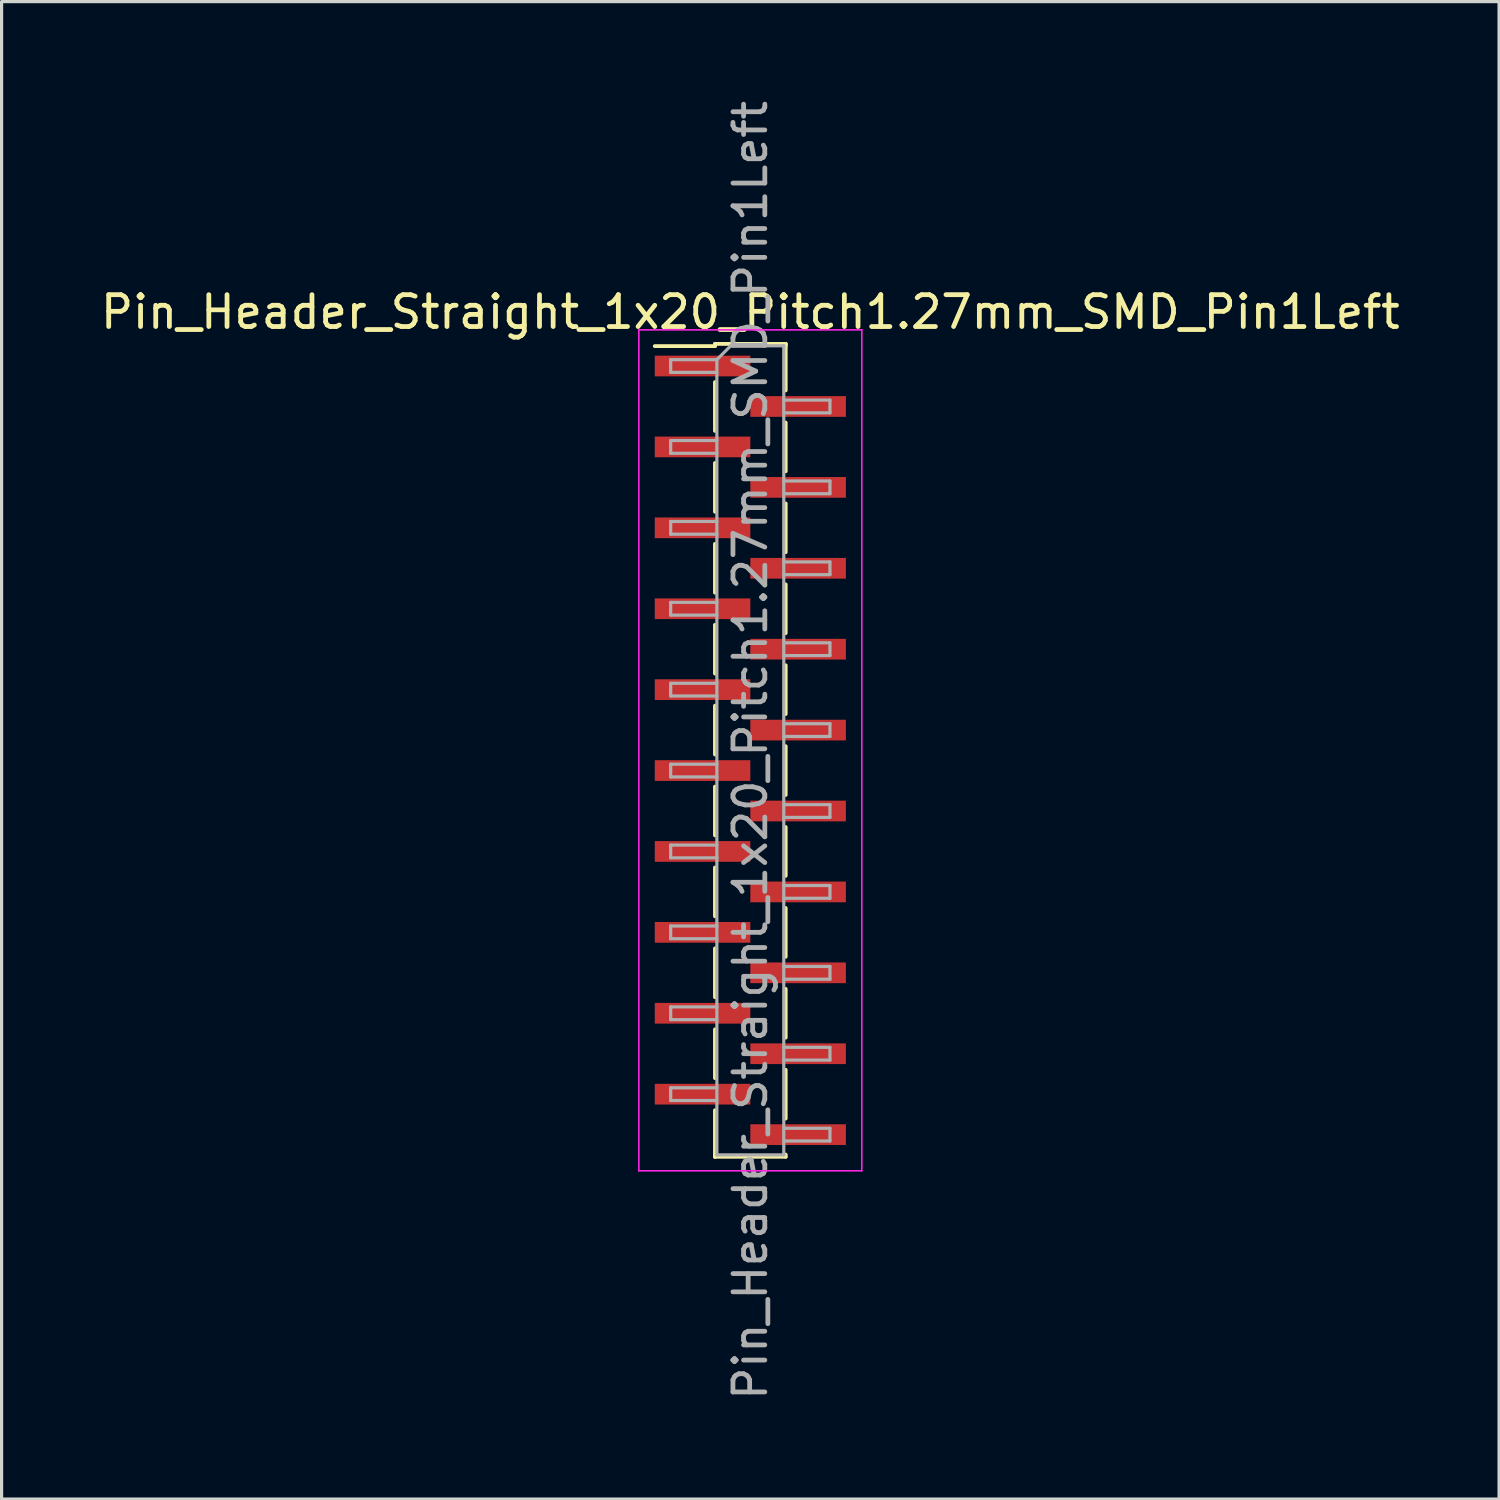
<source format=kicad_pcb>
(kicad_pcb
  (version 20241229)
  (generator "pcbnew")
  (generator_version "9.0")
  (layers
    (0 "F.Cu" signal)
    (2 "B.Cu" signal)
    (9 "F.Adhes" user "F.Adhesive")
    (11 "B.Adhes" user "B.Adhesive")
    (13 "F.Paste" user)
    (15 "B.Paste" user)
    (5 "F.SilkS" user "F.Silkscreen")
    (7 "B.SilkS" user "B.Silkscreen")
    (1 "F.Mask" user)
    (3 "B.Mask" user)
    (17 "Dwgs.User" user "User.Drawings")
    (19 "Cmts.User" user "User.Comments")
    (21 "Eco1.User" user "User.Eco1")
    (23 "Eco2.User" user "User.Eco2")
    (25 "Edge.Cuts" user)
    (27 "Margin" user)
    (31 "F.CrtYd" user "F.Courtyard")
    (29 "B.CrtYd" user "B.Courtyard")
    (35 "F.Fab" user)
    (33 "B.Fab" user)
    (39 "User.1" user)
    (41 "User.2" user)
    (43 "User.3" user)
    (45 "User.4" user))
  (footprint "Pin_Header_Straight_1x20_Pitch1.27mm_SMD_Pin1Left"
    (layer "F.Cu")
    (at 20.506 20.506)
    (property "Reference" "Pin_Header_Straight_1x20_Pitch1.27mm_SMD_Pin1Left" (at 0 -13.76 0) (layer "F.SilkS") (effects (font (size 1 1) (thickness 0.15))))
    (attr smd)
    (fp_line (start -1.11 -12.76) (end 1.11 -12.76) (stroke (width 0.12) (type solid)) (layer "F.SilkS"))
    (fp_line (start -1.11 -12.69) (end -3 -12.69) (stroke (width 0.12) (type solid)) (layer "F.SilkS"))
    (fp_line (start -1.11 -12.69) (end -1.11 -12.76) (stroke (width 0.12) (type solid)) (layer "F.SilkS"))
    (fp_line (start -1.11 -11.56) (end -1.11 -10.03) (stroke (width 0.12) (type solid)) (layer "F.SilkS"))
    (fp_line (start -1.11 -9.02) (end -1.11 -7.49) (stroke (width 0.12) (type solid)) (layer "F.SilkS"))
    (fp_line (start -1.11 -6.48) (end -1.11 -4.95) (stroke (width 0.12) (type solid)) (layer "F.SilkS"))
    (fp_line (start -1.11 -3.94) (end -1.11 -2.41) (stroke (width 0.12) (type solid)) (layer "F.SilkS"))
    (fp_line (start -1.11 -1.4) (end -1.11 0.13) (stroke (width 0.12) (type solid)) (layer "F.SilkS"))
    (fp_line (start -1.11 1.14) (end -1.11 2.67) (stroke (width 0.12) (type solid)) (layer "F.SilkS"))
    (fp_line (start -1.11 3.68) (end -1.11 5.21) (stroke (width 0.12) (type solid)) (layer "F.SilkS"))
    (fp_line (start -1.11 6.22) (end -1.11 7.75) (stroke (width 0.12) (type solid)) (layer "F.SilkS"))
    (fp_line (start -1.11 8.76) (end -1.11 10.29) (stroke (width 0.12) (type solid)) (layer "F.SilkS"))
    (fp_line (start -1.11 11.3) (end -1.11 12.76) (stroke (width 0.12) (type solid)) (layer "F.SilkS"))
    (fp_line (start -1.11 12.69) (end -1.11 12.76) (stroke (width 0.12) (type solid)) (layer "F.SilkS"))
    (fp_line (start -1.11 12.76) (end 1.11 12.76) (stroke (width 0.12) (type solid)) (layer "F.SilkS"))
    (fp_line (start 1.11 -12.76) (end 1.11 -12.69) (stroke (width 0.12) (type solid)) (layer "F.SilkS"))
    (fp_line (start 1.11 -12.76) (end 1.11 -11.3) (stroke (width 0.12) (type solid)) (layer "F.SilkS"))
    (fp_line (start 1.11 -10.29) (end 1.11 -8.76) (stroke (width 0.12) (type solid)) (layer "F.SilkS"))
    (fp_line (start 1.11 -7.75) (end 1.11 -6.22) (stroke (width 0.12) (type solid)) (layer "F.SilkS"))
    (fp_line (start 1.11 -5.21) (end 1.11 -3.68) (stroke (width 0.12) (type solid)) (layer "F.SilkS"))
    (fp_line (start 1.11 -2.67) (end 1.11 -1.14) (stroke (width 0.12) (type solid)) (layer "F.SilkS"))
    (fp_line (start 1.11 -0.13) (end 1.11 1.4) (stroke (width 0.12) (type solid)) (layer "F.SilkS"))
    (fp_line (start 1.11 2.41) (end 1.11 3.94) (stroke (width 0.12) (type solid)) (layer "F.SilkS"))
    (fp_line (start 1.11 4.95) (end 1.11 6.48) (stroke (width 0.12) (type solid)) (layer "F.SilkS"))
    (fp_line (start 1.11 7.49) (end 1.11 9.02) (stroke (width 0.12) (type solid)) (layer "F.SilkS"))
    (fp_line (start 1.11 10.03) (end 1.11 11.56) (stroke (width 0.12) (type solid)) (layer "F.SilkS"))
    (fp_line (start 1.11 12.76) (end 1.11 12.69) (stroke (width 0.12) (type solid)) (layer "F.SilkS"))
    (fp_line (start -3.5 -13.2) (end -3.5 13.2) (stroke (width 0.05) (type solid)) (layer "F.CrtYd"))
    (fp_line (start -3.5 13.2) (end 3.5 13.2) (stroke (width 0.05) (type solid)) (layer "F.CrtYd"))
    (fp_line (start 3.5 -13.2) (end -3.5 -13.2) (stroke (width 0.05) (type solid)) (layer "F.CrtYd"))
    (fp_line (start 3.5 13.2) (end 3.5 -13.2) (stroke (width 0.05) (type solid)) (layer "F.CrtYd"))
    (fp_line (start -2.5 -12.265) (end -2.5 -11.865) (stroke (width 0.1) (type solid)) (layer "F.Fab"))
    (fp_line (start -2.5 -11.865) (end -1.05 -11.865) (stroke (width 0.1) (type solid)) (layer "F.Fab"))
    (fp_line (start -2.5 -9.725) (end -2.5 -9.325) (stroke (width 0.1) (type solid)) (layer "F.Fab"))
    (fp_line (start -2.5 -9.325) (end -1.05 -9.325) (stroke (width 0.1) (type solid)) (layer "F.Fab"))
    (fp_line (start -2.5 -7.185) (end -2.5 -6.785) (stroke (width 0.1) (type solid)) (layer "F.Fab"))
    (fp_line (start -2.5 -6.785) (end -1.05 -6.785) (stroke (width 0.1) (type solid)) (layer "F.Fab"))
    (fp_line (start -2.5 -4.645) (end -2.5 -4.245) (stroke (width 0.1) (type solid)) (layer "F.Fab"))
    (fp_line (start -2.5 -4.245) (end -1.05 -4.245) (stroke (width 0.1) (type solid)) (layer "F.Fab"))
    (fp_line (start -2.5 -2.105) (end -2.5 -1.705) (stroke (width 0.1) (type solid)) (layer "F.Fab"))
    (fp_line (start -2.5 -1.705) (end -1.05 -1.705) (stroke (width 0.1) (type solid)) (layer "F.Fab"))
    (fp_line (start -2.5 0.435) (end -2.5 0.835) (stroke (width 0.1) (type solid)) (layer "F.Fab"))
    (fp_line (start -2.5 0.835) (end -1.05 0.835) (stroke (width 0.1) (type solid)) (layer "F.Fab"))
    (fp_line (start -2.5 2.975) (end -2.5 3.375) (stroke (width 0.1) (type solid)) (layer "F.Fab"))
    (fp_line (start -2.5 3.375) (end -1.05 3.375) (stroke (width 0.1) (type solid)) (layer "F.Fab"))
    (fp_line (start -2.5 5.515) (end -2.5 5.915) (stroke (width 0.1) (type solid)) (layer "F.Fab"))
    (fp_line (start -2.5 5.915) (end -1.05 5.915) (stroke (width 0.1) (type solid)) (layer "F.Fab"))
    (fp_line (start -2.5 8.055) (end -2.5 8.455) (stroke (width 0.1) (type solid)) (layer "F.Fab"))
    (fp_line (start -2.5 8.455) (end -1.05 8.455) (stroke (width 0.1) (type solid)) (layer "F.Fab"))
    (fp_line (start -2.5 10.595) (end -2.5 10.995) (stroke (width 0.1) (type solid)) (layer "F.Fab"))
    (fp_line (start -2.5 10.995) (end -1.05 10.995) (stroke (width 0.1) (type solid)) (layer "F.Fab"))
    (fp_line (start -1.05 -12.265) (end -2.5 -12.265) (stroke (width 0.1) (type solid)) (layer "F.Fab"))
    (fp_line (start -1.05 -12.265) (end -0.615 -12.7) (stroke (width 0.1) (type solid)) (layer "F.Fab"))
    (fp_line (start -1.05 -9.725) (end -2.5 -9.725) (stroke (width 0.1) (type solid)) (layer "F.Fab"))
    (fp_line (start -1.05 -7.185) (end -2.5 -7.185) (stroke (width 0.1) (type solid)) (layer "F.Fab"))
    (fp_line (start -1.05 -4.645) (end -2.5 -4.645) (stroke (width 0.1) (type solid)) (layer "F.Fab"))
    (fp_line (start -1.05 -2.105) (end -2.5 -2.105) (stroke (width 0.1) (type solid)) (layer "F.Fab"))
    (fp_line (start -1.05 0.435) (end -2.5 0.435) (stroke (width 0.1) (type solid)) (layer "F.Fab"))
    (fp_line (start -1.05 2.975) (end -2.5 2.975) (stroke (width 0.1) (type solid)) (layer "F.Fab"))
    (fp_line (start -1.05 5.515) (end -2.5 5.515) (stroke (width 0.1) (type solid)) (layer "F.Fab"))
    (fp_line (start -1.05 8.055) (end -2.5 8.055) (stroke (width 0.1) (type solid)) (layer "F.Fab"))
    (fp_line (start -1.05 10.595) (end -2.5 10.595) (stroke (width 0.1) (type solid)) (layer "F.Fab"))
    (fp_line (start -1.05 12.7) (end -1.05 -12.265) (stroke (width 0.1) (type solid)) (layer "F.Fab"))
    (fp_line (start -0.615 -12.7) (end 1.05 -12.7) (stroke (width 0.1) (type solid)) (layer "F.Fab"))
    (fp_line (start 1.05 -12.7) (end 1.05 12.7) (stroke (width 0.1) (type solid)) (layer "F.Fab"))
    (fp_line (start 1.05 -10.995) (end 2.5 -10.995) (stroke (width 0.1) (type solid)) (layer "F.Fab"))
    (fp_line (start 1.05 -8.455) (end 2.5 -8.455) (stroke (width 0.1) (type solid)) (layer "F.Fab"))
    (fp_line (start 1.05 -5.915) (end 2.5 -5.915) (stroke (width 0.1) (type solid)) (layer "F.Fab"))
    (fp_line (start 1.05 -3.375) (end 2.5 -3.375) (stroke (width 0.1) (type solid)) (layer "F.Fab"))
    (fp_line (start 1.05 -0.835) (end 2.5 -0.835) (stroke (width 0.1) (type solid)) (layer "F.Fab"))
    (fp_line (start 1.05 1.705) (end 2.5 1.705) (stroke (width 0.1) (type solid)) (layer "F.Fab"))
    (fp_line (start 1.05 4.245) (end 2.5 4.245) (stroke (width 0.1) (type solid)) (layer "F.Fab"))
    (fp_line (start 1.05 6.785) (end 2.5 6.785) (stroke (width 0.1) (type solid)) (layer "F.Fab"))
    (fp_line (start 1.05 9.325) (end 2.5 9.325) (stroke (width 0.1) (type solid)) (layer "F.Fab"))
    (fp_line (start 1.05 11.865) (end 2.5 11.865) (stroke (width 0.1) (type solid)) (layer "F.Fab"))
    (fp_line (start 1.05 12.7) (end -1.05 12.7) (stroke (width 0.1) (type solid)) (layer "F.Fab"))
    (fp_line (start 2.5 -10.995) (end 2.5 -10.595) (stroke (width 0.1) (type solid)) (layer "F.Fab"))
    (fp_line (start 2.5 -10.595) (end 1.05 -10.595) (stroke (width 0.1) (type solid)) (layer "F.Fab"))
    (fp_line (start 2.5 -8.455) (end 2.5 -8.055) (stroke (width 0.1) (type solid)) (layer "F.Fab"))
    (fp_line (start 2.5 -8.055) (end 1.05 -8.055) (stroke (width 0.1) (type solid)) (layer "F.Fab"))
    (fp_line (start 2.5 -5.915) (end 2.5 -5.515) (stroke (width 0.1) (type solid)) (layer "F.Fab"))
    (fp_line (start 2.5 -5.515) (end 1.05 -5.515) (stroke (width 0.1) (type solid)) (layer "F.Fab"))
    (fp_line (start 2.5 -3.375) (end 2.5 -2.975) (stroke (width 0.1) (type solid)) (layer "F.Fab"))
    (fp_line (start 2.5 -2.975) (end 1.05 -2.975) (stroke (width 0.1) (type solid)) (layer "F.Fab"))
    (fp_line (start 2.5 -0.835) (end 2.5 -0.435) (stroke (width 0.1) (type solid)) (layer "F.Fab"))
    (fp_line (start 2.5 -0.435) (end 1.05 -0.435) (stroke (width 0.1) (type solid)) (layer "F.Fab"))
    (fp_line (start 2.5 1.705) (end 2.5 2.105) (stroke (width 0.1) (type solid)) (layer "F.Fab"))
    (fp_line (start 2.5 2.105) (end 1.05 2.105) (stroke (width 0.1) (type solid)) (layer "F.Fab"))
    (fp_line (start 2.5 4.245) (end 2.5 4.645) (stroke (width 0.1) (type solid)) (layer "F.Fab"))
    (fp_line (start 2.5 4.645) (end 1.05 4.645) (stroke (width 0.1) (type solid)) (layer "F.Fab"))
    (fp_line (start 2.5 6.785) (end 2.5 7.185) (stroke (width 0.1) (type solid)) (layer "F.Fab"))
    (fp_line (start 2.5 7.185) (end 1.05 7.185) (stroke (width 0.1) (type solid)) (layer "F.Fab"))
    (fp_line (start 2.5 9.325) (end 2.5 9.725) (stroke (width 0.1) (type solid)) (layer "F.Fab"))
    (fp_line (start 2.5 9.725) (end 1.05 9.725) (stroke (width 0.1) (type solid)) (layer "F.Fab"))
    (fp_line (start 2.5 11.865) (end 2.5 12.265) (stroke (width 0.1) (type solid)) (layer "F.Fab"))
    (fp_line (start 2.5 12.265) (end 1.05 12.265) (stroke (width 0.1) (type solid)) (layer "F.Fab"))
    (fp_text user "${REFERENCE}" (at 0 0 90) (layer "F.Fab") (effects (font (size 1 1) (thickness 0.15))))
    (pad "1" smd rect (at -1.5 -12.065) (size 3 0.65) (layers "F.Cu" "F.Mask" "F.Paste"))
    (pad "2" smd rect (at 1.5 -10.795) (size 3 0.65) (layers "F.Cu" "F.Mask" "F.Paste"))
    (pad "3" smd rect (at -1.5 -9.525) (size 3 0.65) (layers "F.Cu" "F.Mask" "F.Paste"))
    (pad "4" smd rect (at 1.5 -8.255) (size 3 0.65) (layers "F.Cu" "F.Mask" "F.Paste"))
    (pad "5" smd rect (at -1.5 -6.985) (size 3 0.65) (layers "F.Cu" "F.Mask" "F.Paste"))
    (pad "6" smd rect (at 1.5 -5.715) (size 3 0.65) (layers "F.Cu" "F.Mask" "F.Paste"))
    (pad "7" smd rect (at -1.5 -4.445) (size 3 0.65) (layers "F.Cu" "F.Mask" "F.Paste"))
    (pad "8" smd rect (at 1.5 -3.175) (size 3 0.65) (layers "F.Cu" "F.Mask" "F.Paste"))
    (pad "9" smd rect (at -1.5 -1.905) (size 3 0.65) (layers "F.Cu" "F.Mask" "F.Paste"))
    (pad "10" smd rect (at 1.5 -0.635) (size 3 0.65) (layers "F.Cu" "F.Mask" "F.Paste"))
    (pad "11" smd rect (at -1.5 0.635) (size 3 0.65) (layers "F.Cu" "F.Mask" "F.Paste"))
    (pad "12" smd rect (at 1.5 1.905) (size 3 0.65) (layers "F.Cu" "F.Mask" "F.Paste"))
    (pad "13" smd rect (at -1.5 3.175) (size 3 0.65) (layers "F.Cu" "F.Mask" "F.Paste"))
    (pad "14" smd rect (at 1.5 4.445) (size 3 0.65) (layers "F.Cu" "F.Mask" "F.Paste"))
    (pad "15" smd rect (at -1.5 5.715) (size 3 0.65) (layers "F.Cu" "F.Mask" "F.Paste"))
    (pad "16" smd rect (at 1.5 6.985) (size 3 0.65) (layers "F.Cu" "F.Mask" "F.Paste"))
    (pad "17" smd rect (at -1.5 8.255) (size 3 0.65) (layers "F.Cu" "F.Mask" "F.Paste"))
    (pad "18" smd rect (at 1.5 9.525) (size 3 0.65) (layers "F.Cu" "F.Mask" "F.Paste"))
    (pad "19" smd rect (at -1.5 10.795) (size 3 0.65) (layers "F.Cu" "F.Mask" "F.Paste"))
    (pad "20" smd rect (at 1.5 12.065) (size 3 0.65) (layers "F.Cu" "F.Mask" "F.Paste")))
  (gr_rect
    (start -3 -3)
    (end 44.012 44.012)
    (stroke (width 0.1) (type default))
    (fill no)
    (layer "Edge.Cuts")))
</source>
